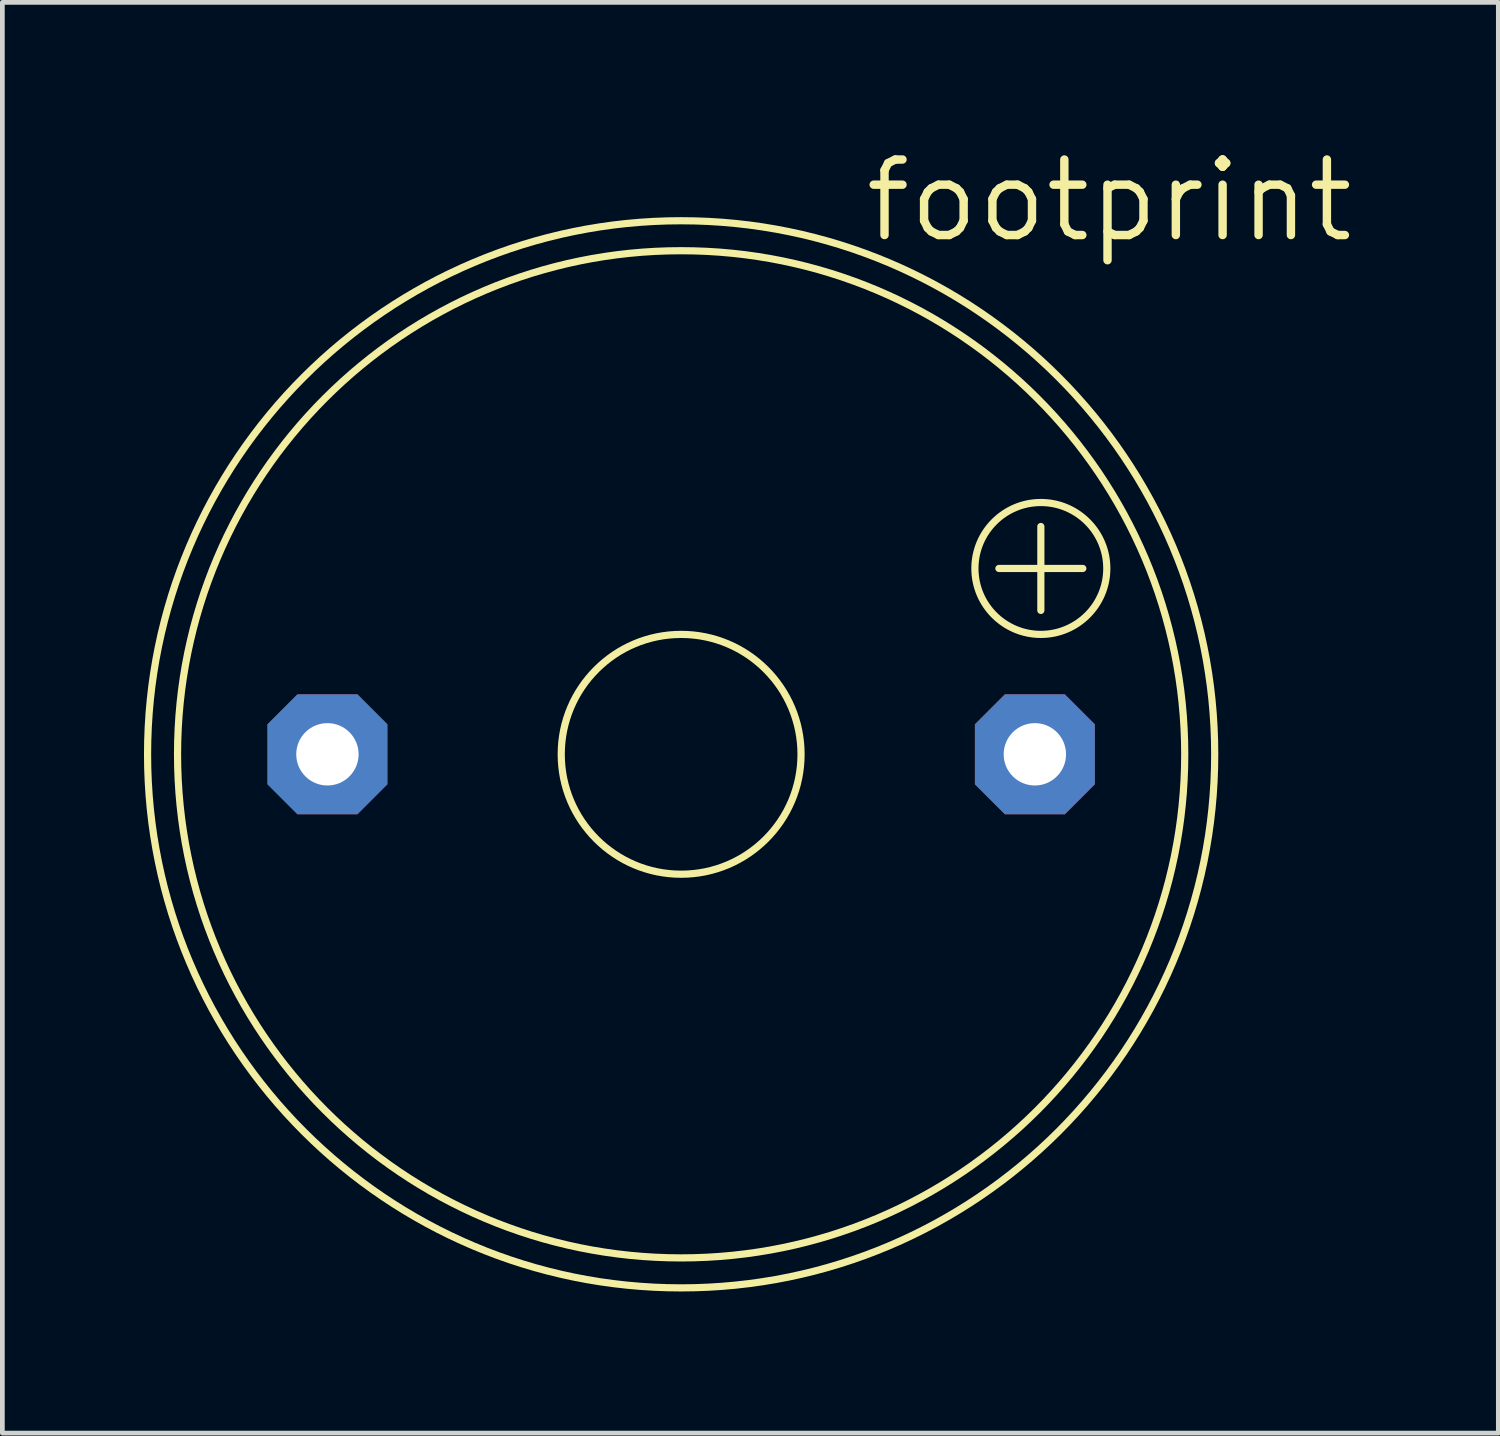
<source format=kicad_pcb>
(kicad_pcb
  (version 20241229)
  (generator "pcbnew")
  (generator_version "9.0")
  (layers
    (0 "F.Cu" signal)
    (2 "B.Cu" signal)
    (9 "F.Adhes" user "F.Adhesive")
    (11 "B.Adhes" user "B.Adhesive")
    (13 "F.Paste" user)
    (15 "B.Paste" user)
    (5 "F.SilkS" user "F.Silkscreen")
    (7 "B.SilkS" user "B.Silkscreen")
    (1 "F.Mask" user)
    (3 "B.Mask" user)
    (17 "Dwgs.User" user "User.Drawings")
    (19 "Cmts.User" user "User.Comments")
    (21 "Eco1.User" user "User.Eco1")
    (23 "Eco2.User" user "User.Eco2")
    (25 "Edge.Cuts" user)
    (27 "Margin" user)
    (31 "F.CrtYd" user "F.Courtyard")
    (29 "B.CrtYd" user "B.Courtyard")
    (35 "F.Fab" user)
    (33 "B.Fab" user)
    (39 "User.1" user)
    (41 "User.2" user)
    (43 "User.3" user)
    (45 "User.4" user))
  (footprint "footprint"
    (layer "F.Cu")
    (at 11.379 12.929)
    (property "Reference" "footprint" (at 3.81 -10.795 0) (layer "F.SilkS") (effects (font (size 1.6 1.6) (thickness 0.178)) (justify left bottom)))
    (fp_line (start 6.731 -3.937) (end 8.509 -3.937) (stroke (width 0.152) (type solid)) (layer "F.SilkS"))
    (fp_line (start 7.62 -4.826) (end 7.62 -3.048) (stroke (width 0.152) (type solid)) (layer "F.SilkS"))
    (fp_circle (center 0 0) (end 2.54 0) (stroke (width 0.152) (type solid)) (fill no) (layer "F.SilkS"))
    (fp_circle (center 0 0) (end 10.668 0) (stroke (width 0.152) (type solid)) (fill no) (layer "F.SilkS"))
    (fp_circle (center 0 0) (end 11.303 0) (stroke (width 0.152) (type solid)) (fill no) (layer "F.SilkS"))
    (fp_circle (center 7.62 -3.937) (end 9.017 -3.937) (stroke (width 0.152) (type solid)) (fill no) (layer "F.SilkS"))
    (pad "+" thru_hole roundrect (at 7.493 0) (size 2.54 2.54) (drill 1.321) (layers "*.Cu" "*.Mask") (roundrect_rratio 0.25) (chamfer_ratio 0.25) (chamfer top_left top_right bottom_left bottom_right))
    (pad "-" thru_hole roundrect (at -7.493 0) (size 2.54 2.54) (drill 1.321) (layers "*.Cu" "*.Mask") (roundrect_rratio 0.25) (chamfer_ratio 0.25) (chamfer top_left top_right bottom_left bottom_right)))
  (gr_rect
    (start -3 -3)
    (end 28.69 27.308)
    (stroke (width 0.1) (type default))
    (fill no)
    (layer "Edge.Cuts")))
</source>
